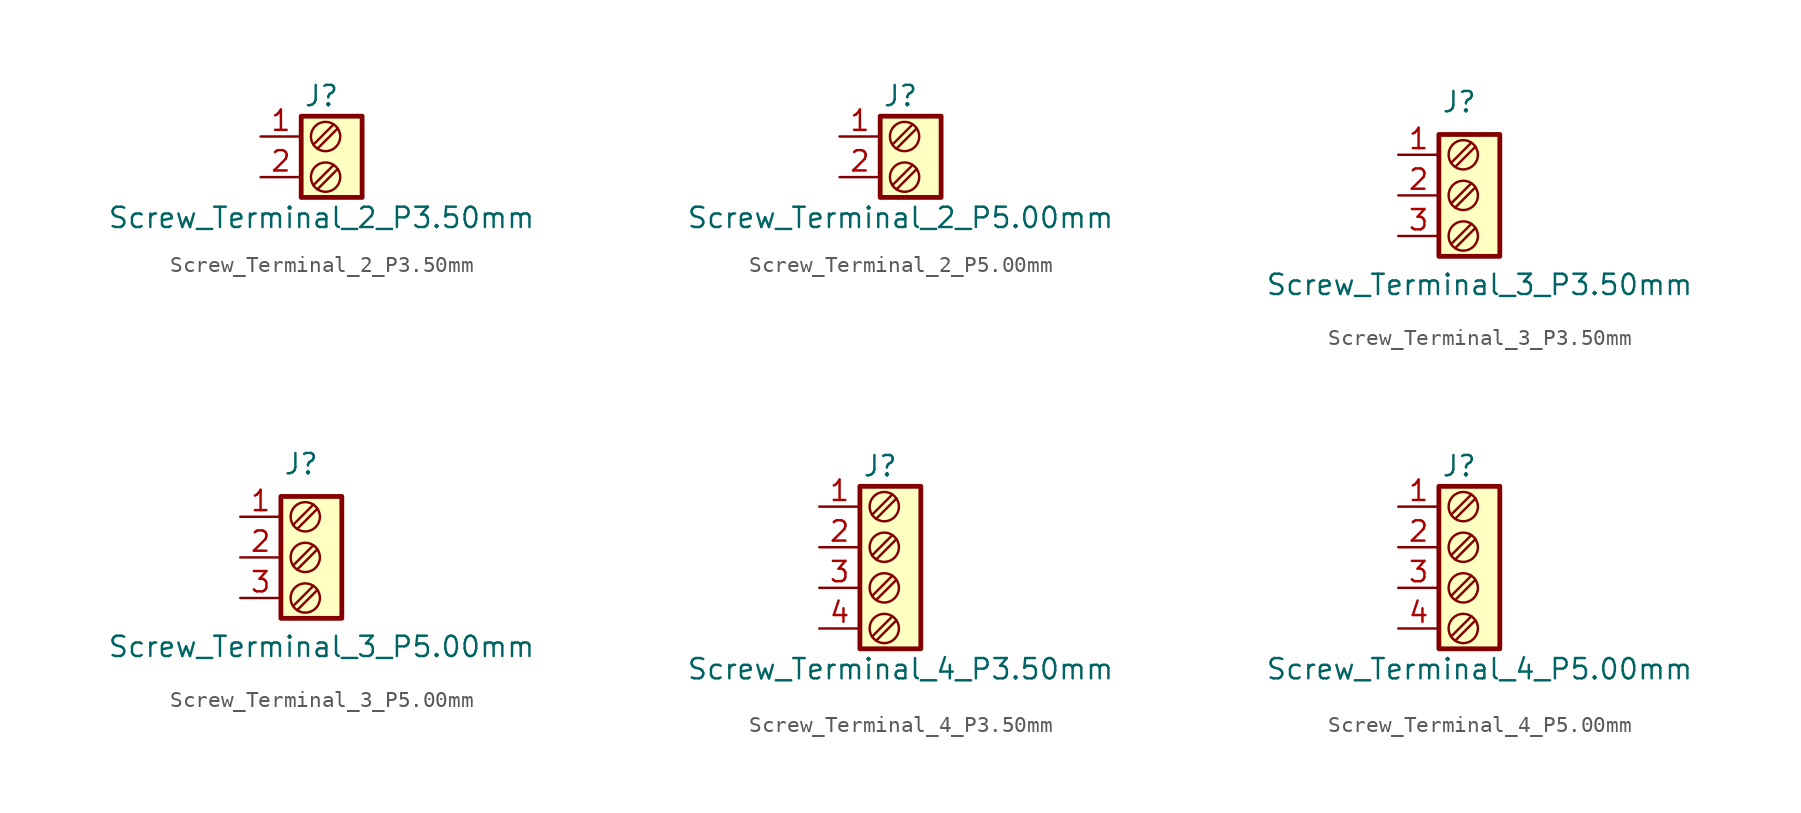
<source format=kicad_sym>
(kicad_symbol_lib
  (version 20211014)
  (generator kicad_symbol_editor)
  (symbol "Screw_Terminal_2_P3.50mm"
    (property "Reference" "J"
      (at 0 3.81 0)
      (effects (font (size 1.27 1.27))))
    (property "Value" "Screw_Terminal_2_P3.50mm"
      (at 0 -3.81 0)
      (effects (font (size 1.27 1.27))))
    (symbol "Screw_Terminal_2_P3.50mm_0_1"
      (rectangle (start -1.27 2.54) (end 2.54 -2.54) (stroke (width 0.3) (type default) (color 0 0 0 0)) (fill (type background)))
      (polyline (pts (xy -0.254 -2.032) (xy 1.016 -0.762)) (stroke (width 0) (type default) (color 0 0 0 0)) (fill (type none)))
      (polyline (pts (xy -0.254 0.508) (xy 1.016 1.778)) (stroke (width 0) (type default) (color 0 0 0 0)) (fill (type none)))
      (polyline (pts (xy 0 -1.27) (xy -0.508 -1.778) (xy 0.762 -0.508)) (stroke (width 0) (type default) (color 0 0 0 0)) (fill (type none)))
      (polyline (pts (xy 0 1.27) (xy -0.508 0.762) (xy 0.762 2.032)) (stroke (width 0) (type default) (color 0 0 0 0)) (fill (type none)))
      (circle (center 0.254 -1.27) (radius 0.916) (stroke (width 0) (type default) (color 0 0 0 0)) (fill (type none)))
      (circle (center 0.254 1.27) (radius 0.916) (stroke (width 0) (type default) (color 0 0 0 0)) (fill (type none))))
    (symbol "Screw_Terminal_2_P3.50mm_1_1"
      (pin passive line (at -3.81 1.27 0) (length 2.54) (name "" (effects (font (size 1.27 1.27)))) (number "1" (effects (font (size 1.27 1.27)))))
      (pin passive line (at -3.81 -1.27 0) (length 2.54) (name "" (effects (font (size 1.27 1.27)))) (number "2" (effects (font (size 1.27 1.27)))))))
  (symbol "Screw_Terminal_2_P5.00mm"
    (property "Reference" "J"
      (at 0 3.81 0)
      (effects (font (size 1.27 1.27))))
    (property "Value" "Screw_Terminal_2_P5.00mm"
      (at 0 -3.81 0)
      (effects (font (size 1.27 1.27))))
    (symbol "Screw_Terminal_2_P5.00mm_0_1"
      (rectangle (start -1.27 2.54) (end 2.54 -2.54) (stroke (width 0.3) (type default) (color 0 0 0 0)) (fill (type background)))
      (polyline (pts (xy -0.254 -2.032) (xy 1.016 -0.762)) (stroke (width 0) (type default) (color 0 0 0 0)) (fill (type none)))
      (polyline (pts (xy -0.254 0.508) (xy 1.016 1.778)) (stroke (width 0) (type default) (color 0 0 0 0)) (fill (type none)))
      (polyline (pts (xy 0 -1.27) (xy -0.508 -1.778) (xy 0.762 -0.508)) (stroke (width 0) (type default) (color 0 0 0 0)) (fill (type none)))
      (polyline (pts (xy 0 1.27) (xy -0.508 0.762) (xy 0.762 2.032)) (stroke (width 0) (type default) (color 0 0 0 0)) (fill (type none)))
      (circle (center 0.254 -1.27) (radius 0.916) (stroke (width 0) (type default) (color 0 0 0 0)) (fill (type none)))
      (circle (center 0.254 1.27) (radius 0.916) (stroke (width 0) (type default) (color 0 0 0 0)) (fill (type none))))
    (symbol "Screw_Terminal_2_P5.00mm_1_1"
      (pin passive line (at -3.81 1.27 0) (length 2.54) (name "" (effects (font (size 1.27 1.27)))) (number "1" (effects (font (size 1.27 1.27)))))
      (pin passive line (at -3.81 -1.27 0) (length 2.54) (name "" (effects (font (size 1.27 1.27)))) (number "2" (effects (font (size 1.27 1.27)))))))
  (symbol "Screw_Terminal_3_P3.50mm"
    (property "Reference" "J"
      (at 0 5.842 0)
      (effects (font (size 1.27 1.27))))
    (property "Value" "Screw_Terminal_3_P3.50mm"
      (at 1.27 -5.588 0)
      (effects (font (size 1.27 1.27))))
    (symbol "Screw_Terminal_3_P3.50mm_0_1"
      (rectangle (start -1.27 3.81) (end 2.54 -3.81) (stroke (width 0.3) (type default) (color 0 0 0 0)) (fill (type background)))
      (polyline (pts (xy -0.254 -3.302) (xy 1.016 -2.032)) (stroke (width 0) (type default) (color 0 0 0 0)) (fill (type none)))
      (polyline (pts (xy -0.254 -0.762) (xy 1.016 0.508)) (stroke (width 0) (type default) (color 0 0 0 0)) (fill (type none)))
      (polyline (pts (xy -0.254 1.778) (xy 1.016 3.048)) (stroke (width 0) (type default) (color 0 0 0 0)) (fill (type none)))
      (polyline (pts (xy 0 -2.54) (xy -0.508 -3.048) (xy 0.762 -1.778)) (stroke (width 0) (type default) (color 0 0 0 0)) (fill (type none)))
      (polyline (pts (xy 0 0) (xy -0.508 -0.508) (xy 0.762 0.762)) (stroke (width 0) (type default) (color 0 0 0 0)) (fill (type none)))
      (polyline (pts (xy 0 2.54) (xy -0.508 2.032) (xy 0.762 3.302)) (stroke (width 0) (type default) (color 0 0 0 0)) (fill (type none)))
      (circle (center 0.254 -2.54) (radius 0.916) (stroke (width 0) (type default) (color 0 0 0 0)) (fill (type none)))
      (circle (center 0.254 0) (radius 0.916) (stroke (width 0) (type default) (color 0 0 0 0)) (fill (type none)))
      (circle (center 0.254 2.54) (radius 0.916) (stroke (width 0) (type default) (color 0 0 0 0)) (fill (type none))))
    (symbol "Screw_Terminal_3_P3.50mm_1_1"
      (pin passive line (at -3.81 2.54 0) (length 2.54) (name "" (effects (font (size 1.27 1.27)))) (number "1" (effects (font (size 1.27 1.27)))))
      (pin passive line (at -3.81 0 0) (length 2.54) (name "" (effects (font (size 1.27 1.27)))) (number "2" (effects (font (size 1.27 1.27)))))
      (pin passive line (at -3.81 -2.54 0) (length 2.54) (name "" (effects (font (size 1.27 1.27)))) (number "3" (effects (font (size 1.27 1.27)))))))
  (symbol "Screw_Terminal_3_P5.00mm"
    (property "Reference" "J"
      (at 0 5.842 0)
      (effects (font (size 1.27 1.27))))
    (property "Value" "Screw_Terminal_3_P5.00mm"
      (at 1.27 -5.588 0)
      (effects (font (size 1.27 1.27))))
    (symbol "Screw_Terminal_3_P5.00mm_0_1"
      (rectangle (start -1.27 3.81) (end 2.54 -3.81) (stroke (width 0.3) (type default) (color 0 0 0 0)) (fill (type background)))
      (polyline (pts (xy -0.254 -3.302) (xy 1.016 -2.032)) (stroke (width 0) (type default) (color 0 0 0 0)) (fill (type none)))
      (polyline (pts (xy -0.254 -0.762) (xy 1.016 0.508)) (stroke (width 0) (type default) (color 0 0 0 0)) (fill (type none)))
      (polyline (pts (xy -0.254 1.778) (xy 1.016 3.048)) (stroke (width 0) (type default) (color 0 0 0 0)) (fill (type none)))
      (polyline (pts (xy 0 -2.54) (xy -0.508 -3.048) (xy 0.762 -1.778)) (stroke (width 0) (type default) (color 0 0 0 0)) (fill (type none)))
      (polyline (pts (xy 0 0) (xy -0.508 -0.508) (xy 0.762 0.762)) (stroke (width 0) (type default) (color 0 0 0 0)) (fill (type none)))
      (polyline (pts (xy 0 2.54) (xy -0.508 2.032) (xy 0.762 3.302)) (stroke (width 0) (type default) (color 0 0 0 0)) (fill (type none)))
      (circle (center 0.254 -2.54) (radius 0.916) (stroke (width 0) (type default) (color 0 0 0 0)) (fill (type none)))
      (circle (center 0.254 0) (radius 0.916) (stroke (width 0) (type default) (color 0 0 0 0)) (fill (type none)))
      (circle (center 0.254 2.54) (radius 0.916) (stroke (width 0) (type default) (color 0 0 0 0)) (fill (type none))))
    (symbol "Screw_Terminal_3_P5.00mm_1_1"
      (pin passive line (at -3.81 2.54 0) (length 2.54) (name "" (effects (font (size 1.27 1.27)))) (number "1" (effects (font (size 1.27 1.27)))))
      (pin passive line (at -3.81 0 0) (length 2.54) (name "" (effects (font (size 1.27 1.27)))) (number "2" (effects (font (size 1.27 1.27)))))
      (pin passive line (at -3.81 -2.54 0) (length 2.54) (name "" (effects (font (size 1.27 1.27)))) (number "3" (effects (font (size 1.27 1.27)))))))
  (symbol "Screw_Terminal_4_P3.50mm"
    (property "Reference" "J"
      (at 0 6.35 0)
      (effects (font (size 1.27 1.27))))
    (property "Value" "Screw_Terminal_4_P3.50mm"
      (at 1.27 -6.35 0)
      (effects (font (size 1.27 1.27))))
    (symbol "Screw_Terminal_4_P3.50mm_0_1"
      (rectangle (start -1.27 5.08) (end 2.54 -5.08) (stroke (width 0.3) (type default) (color 0 0 0 0)) (fill (type background)))
      (polyline (pts (xy -0.254 -4.572) (xy 1.016 -3.302)) (stroke (width 0) (type default) (color 0 0 0 0)) (fill (type none)))
      (polyline (pts (xy -0.254 -2.032) (xy 1.016 -0.762)) (stroke (width 0) (type default) (color 0 0 0 0)) (fill (type none)))
      (polyline (pts (xy -0.254 0.508) (xy 1.016 1.778)) (stroke (width 0) (type default) (color 0 0 0 0)) (fill (type none)))
      (polyline (pts (xy -0.254 3.048) (xy 1.016 4.318)) (stroke (width 0) (type default) (color 0 0 0 0)) (fill (type none)))
      (polyline (pts (xy 0 -3.81) (xy -0.508 -4.318) (xy 0.762 -3.048)) (stroke (width 0) (type default) (color 0 0 0 0)) (fill (type none)))
      (polyline (pts (xy 0 -1.27) (xy -0.508 -1.778) (xy 0.762 -0.508)) (stroke (width 0) (type default) (color 0 0 0 0)) (fill (type none)))
      (polyline (pts (xy 0 1.27) (xy -0.508 0.762) (xy 0.762 2.032)) (stroke (width 0) (type default) (color 0 0 0 0)) (fill (type none)))
      (polyline (pts (xy 0 3.81) (xy -0.508 3.302) (xy 0.762 4.572)) (stroke (width 0) (type default) (color 0 0 0 0)) (fill (type none)))
      (circle (center 0.254 -3.81) (radius 0.916) (stroke (width 0) (type default) (color 0 0 0 0)) (fill (type none)))
      (circle (center 0.254 -1.27) (radius 0.916) (stroke (width 0) (type default) (color 0 0 0 0)) (fill (type none)))
      (circle (center 0.254 1.27) (radius 0.916) (stroke (width 0) (type default) (color 0 0 0 0)) (fill (type none)))
      (circle (center 0.254 3.81) (radius 0.916) (stroke (width 0) (type default) (color 0 0 0 0)) (fill (type none))))
    (symbol "Screw_Terminal_4_P3.50mm_1_1"
      (pin passive line (at -3.81 3.81 0) (length 2.54) (name "" (effects (font (size 1.27 1.27)))) (number "1" (effects (font (size 1.27 1.27)))))
      (pin passive line (at -3.81 1.27 0) (length 2.54) (name "" (effects (font (size 1.27 1.27)))) (number "2" (effects (font (size 1.27 1.27)))))
      (pin passive line (at -3.81 -1.27 0) (length 2.54) (name "" (effects (font (size 1.27 1.27)))) (number "3" (effects (font (size 1.27 1.27)))))
      (pin passive line (at -3.81 -3.81 0) (length 2.54) (name "" (effects (font (size 1.27 1.27)))) (number "4" (effects (font (size 1.27 1.27)))))))
  (symbol "Screw_Terminal_4_P5.00mm"
    (property "Reference" "J"
      (at 0 6.35 0)
      (effects (font (size 1.27 1.27))))
    (property "Value" "Screw_Terminal_4_P5.00mm"
      (at 1.27 -6.35 0)
      (effects (font (size 1.27 1.27))))
    (symbol "Screw_Terminal_4_P5.00mm_0_1"
      (rectangle (start -1.27 5.08) (end 2.54 -5.08) (stroke (width 0.3) (type default) (color 0 0 0 0)) (fill (type background)))
      (polyline (pts (xy -0.254 -4.572) (xy 1.016 -3.302)) (stroke (width 0) (type default) (color 0 0 0 0)) (fill (type none)))
      (polyline (pts (xy -0.254 -2.032) (xy 1.016 -0.762)) (stroke (width 0) (type default) (color 0 0 0 0)) (fill (type none)))
      (polyline (pts (xy -0.254 0.508) (xy 1.016 1.778)) (stroke (width 0) (type default) (color 0 0 0 0)) (fill (type none)))
      (polyline (pts (xy -0.254 3.048) (xy 1.016 4.318)) (stroke (width 0) (type default) (color 0 0 0 0)) (fill (type none)))
      (polyline (pts (xy 0 -3.81) (xy -0.508 -4.318) (xy 0.762 -3.048)) (stroke (width 0) (type default) (color 0 0 0 0)) (fill (type none)))
      (polyline (pts (xy 0 -1.27) (xy -0.508 -1.778) (xy 0.762 -0.508)) (stroke (width 0) (type default) (color 0 0 0 0)) (fill (type none)))
      (polyline (pts (xy 0 1.27) (xy -0.508 0.762) (xy 0.762 2.032)) (stroke (width 0) (type default) (color 0 0 0 0)) (fill (type none)))
      (polyline (pts (xy 0 3.81) (xy -0.508 3.302) (xy 0.762 4.572)) (stroke (width 0) (type default) (color 0 0 0 0)) (fill (type none)))
      (circle (center 0.254 -3.81) (radius 0.916) (stroke (width 0) (type default) (color 0 0 0 0)) (fill (type none)))
      (circle (center 0.254 -1.27) (radius 0.916) (stroke (width 0) (type default) (color 0 0 0 0)) (fill (type none)))
      (circle (center 0.254 1.27) (radius 0.916) (stroke (width 0) (type default) (color 0 0 0 0)) (fill (type none)))
      (circle (center 0.254 3.81) (radius 0.916) (stroke (width 0) (type default) (color 0 0 0 0)) (fill (type none))))
    (symbol "Screw_Terminal_4_P5.00mm_1_1"
      (pin passive line (at -3.81 3.81 0) (length 2.54) (name "" (effects (font (size 1.27 1.27)))) (number "1" (effects (font (size 1.27 1.27)))))
      (pin passive line (at -3.81 1.27 0) (length 2.54) (name "" (effects (font (size 1.27 1.27)))) (number "2" (effects (font (size 1.27 1.27)))))
      (pin passive line (at -3.81 -1.27 0) (length 2.54) (name "" (effects (font (size 1.27 1.27)))) (number "3" (effects (font (size 1.27 1.27)))))
      (pin passive line (at -3.81 -3.81 0) (length 2.54) (name "" (effects (font (size 1.27 1.27)))) (number "4" (effects (font (size 1.27 1.27))))))))
</source>
